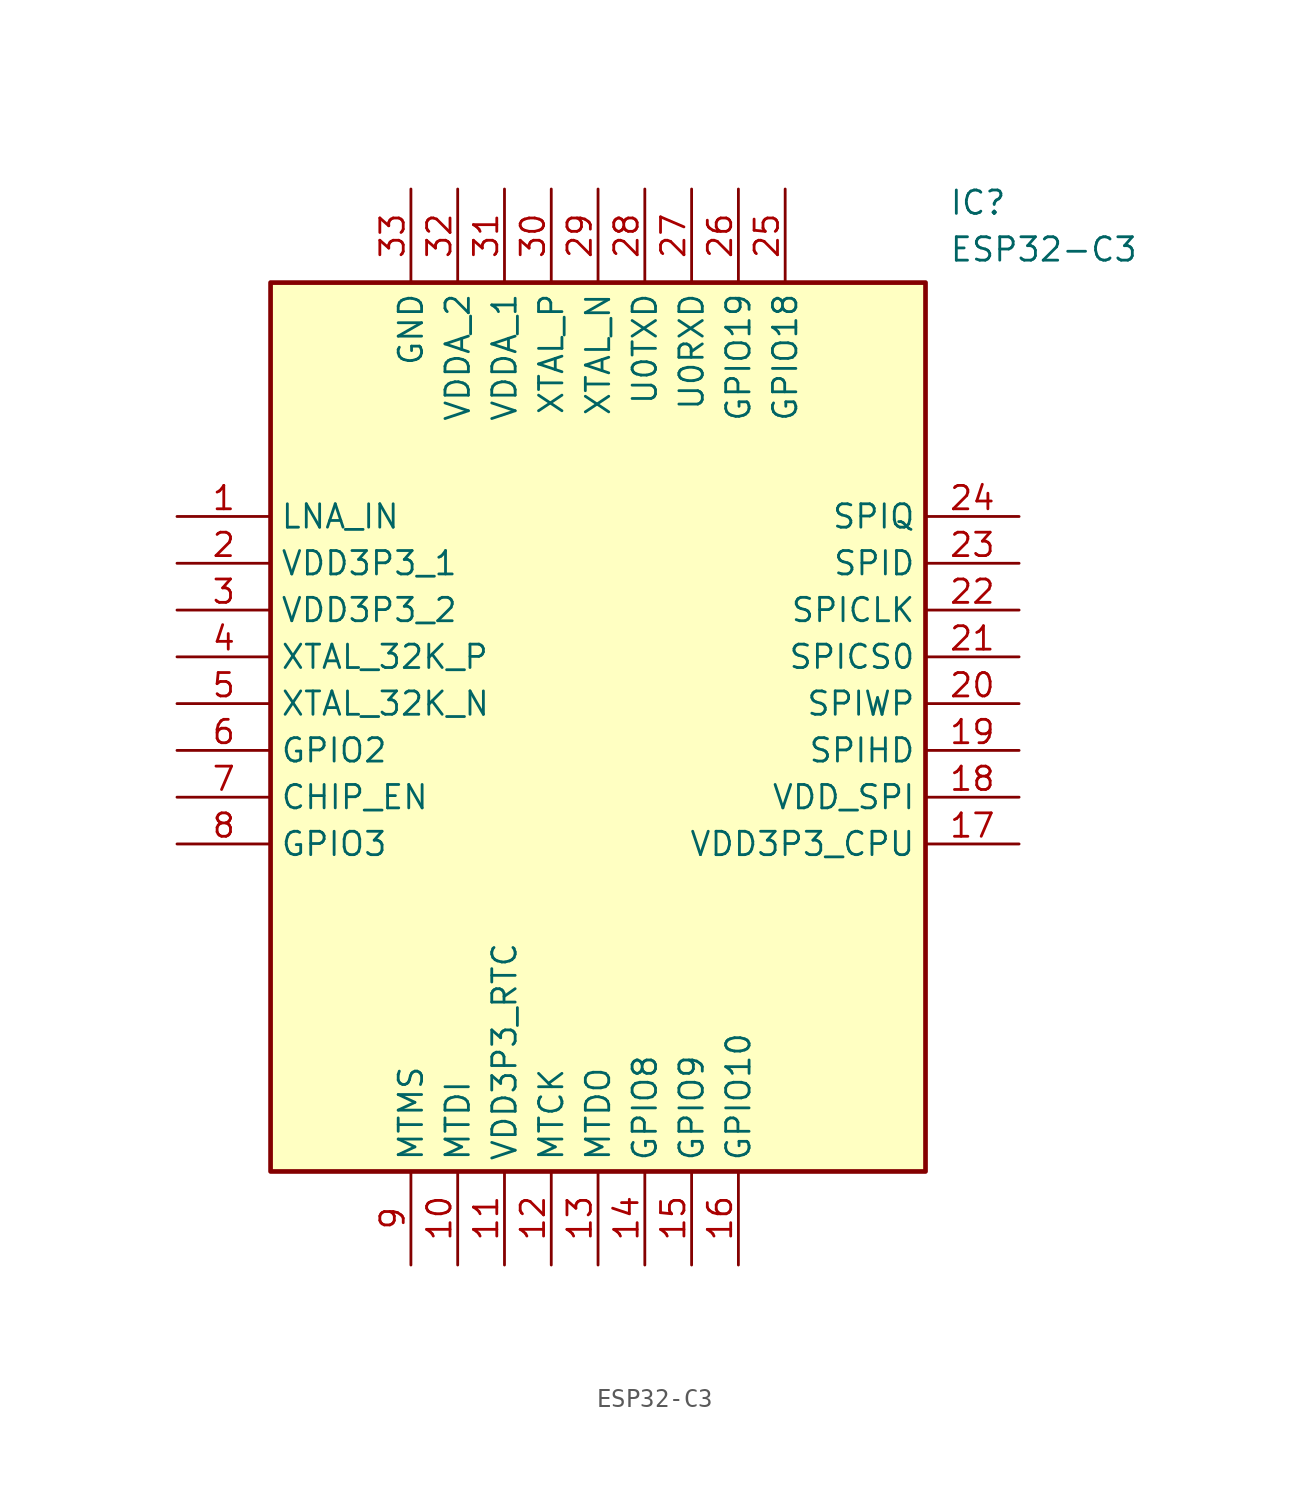
<source format=kicad_sym>
(kicad_symbol_lib
  (version 20211014)
  (generator SamacSys_ECAD_Model)
  (symbol "ESP32-C3"
    (property "Reference" "IC"
      (at 41.91 17.78 0)
      (effects (font (size 1.27 1.27)) (justify left top)))
    (property "Value" "ESP32-C3"
      (at 41.91 15.24 0)
      (effects (font (size 1.27 1.27)) (justify left top)))
    (rectangle
      (start 5.08 12.7)
      (end 40.64 -35.56)
      (stroke (width 0.254) (type default))
      (fill (type background)))
    (pin passive line
      (at 0 0 0)
      (length 5.08)
      (name "LNA_IN" (effects (font (size 1.27 1.27))))
      (number "1" (effects (font (size 1.27 1.27)))))
    (pin passive line
      (at 0 -2.54 0)
      (length 5.08)
      (name "VDD3P3_1" (effects (font (size 1.27 1.27))))
      (number "2" (effects (font (size 1.27 1.27)))))
    (pin passive line
      (at 0 -5.08 0)
      (length 5.08)
      (name "VDD3P3_2" (effects (font (size 1.27 1.27))))
      (number "3" (effects (font (size 1.27 1.27)))))
    (pin passive line
      (at 0 -7.62 0)
      (length 5.08)
      (name "XTAL_32K_P" (effects (font (size 1.27 1.27))))
      (number "4" (effects (font (size 1.27 1.27)))))
    (pin passive line
      (at 0 -10.16 0)
      (length 5.08)
      (name "XTAL_32K_N" (effects (font (size 1.27 1.27))))
      (number "5" (effects (font (size 1.27 1.27)))))
    (pin passive line
      (at 0 -12.7 0)
      (length 5.08)
      (name "GPIO2" (effects (font (size 1.27 1.27))))
      (number "6" (effects (font (size 1.27 1.27)))))
    (pin passive line
      (at 0 -15.24 0)
      (length 5.08)
      (name "CHIP_EN" (effects (font (size 1.27 1.27))))
      (number "7" (effects (font (size 1.27 1.27)))))
    (pin passive line
      (at 0 -17.78 0)
      (length 5.08)
      (name "GPIO3" (effects (font (size 1.27 1.27))))
      (number "8" (effects (font (size 1.27 1.27)))))
    (pin passive line
      (at 12.7 -40.64 90)
      (length 5.08)
      (name "MTMS" (effects (font (size 1.27 1.27))))
      (number "9" (effects (font (size 1.27 1.27)))))
    (pin passive line
      (at 15.24 -40.64 90)
      (length 5.08)
      (name "MTDI" (effects (font (size 1.27 1.27))))
      (number "10" (effects (font (size 1.27 1.27)))))
    (pin passive line
      (at 17.78 -40.64 90)
      (length 5.08)
      (name "VDD3P3_RTC" (effects (font (size 1.27 1.27))))
      (number "11" (effects (font (size 1.27 1.27)))))
    (pin passive line
      (at 20.32 -40.64 90)
      (length 5.08)
      (name "MTCK" (effects (font (size 1.27 1.27))))
      (number "12" (effects (font (size 1.27 1.27)))))
    (pin passive line
      (at 22.86 -40.64 90)
      (length 5.08)
      (name "MTDO" (effects (font (size 1.27 1.27))))
      (number "13" (effects (font (size 1.27 1.27)))))
    (pin passive line
      (at 25.4 -40.64 90)
      (length 5.08)
      (name "GPIO8" (effects (font (size 1.27 1.27))))
      (number "14" (effects (font (size 1.27 1.27)))))
    (pin passive line
      (at 27.94 -40.64 90)
      (length 5.08)
      (name "GPIO9" (effects (font (size 1.27 1.27))))
      (number "15" (effects (font (size 1.27 1.27)))))
    (pin passive line
      (at 30.48 -40.64 90)
      (length 5.08)
      (name "GPIO10" (effects (font (size 1.27 1.27))))
      (number "16" (effects (font (size 1.27 1.27)))))
    (pin passive line
      (at 45.72 0 180)
      (length 5.08)
      (name "SPIQ" (effects (font (size 1.27 1.27))))
      (number "24" (effects (font (size 1.27 1.27)))))
    (pin passive line
      (at 45.72 -2.54 180)
      (length 5.08)
      (name "SPID" (effects (font (size 1.27 1.27))))
      (number "23" (effects (font (size 1.27 1.27)))))
    (pin passive line
      (at 45.72 -5.08 180)
      (length 5.08)
      (name "SPICLK" (effects (font (size 1.27 1.27))))
      (number "22" (effects (font (size 1.27 1.27)))))
    (pin passive line
      (at 45.72 -7.62 180)
      (length 5.08)
      (name "SPICS0" (effects (font (size 1.27 1.27))))
      (number "21" (effects (font (size 1.27 1.27)))))
    (pin passive line
      (at 45.72 -10.16 180)
      (length 5.08)
      (name "SPIWP" (effects (font (size 1.27 1.27))))
      (number "20" (effects (font (size 1.27 1.27)))))
    (pin passive line
      (at 45.72 -12.7 180)
      (length 5.08)
      (name "SPIHD" (effects (font (size 1.27 1.27))))
      (number "19" (effects (font (size 1.27 1.27)))))
    (pin passive line
      (at 45.72 -15.24 180)
      (length 5.08)
      (name "VDD_SPI" (effects (font (size 1.27 1.27))))
      (number "18" (effects (font (size 1.27 1.27)))))
    (pin passive line
      (at 45.72 -17.78 180)
      (length 5.08)
      (name "VDD3P3_CPU" (effects (font (size 1.27 1.27))))
      (number "17" (effects (font (size 1.27 1.27)))))
    (pin passive line
      (at 12.7 17.78 270)
      (length 5.08)
      (name "GND" (effects (font (size 1.27 1.27))))
      (number "33" (effects (font (size 1.27 1.27)))))
    (pin passive line
      (at 15.24 17.78 270)
      (length 5.08)
      (name "VDDA_2" (effects (font (size 1.27 1.27))))
      (number "32" (effects (font (size 1.27 1.27)))))
    (pin passive line
      (at 17.78 17.78 270)
      (length 5.08)
      (name "VDDA_1" (effects (font (size 1.27 1.27))))
      (number "31" (effects (font (size 1.27 1.27)))))
    (pin passive line
      (at 20.32 17.78 270)
      (length 5.08)
      (name "XTAL_P" (effects (font (size 1.27 1.27))))
      (number "30" (effects (font (size 1.27 1.27)))))
    (pin passive line
      (at 22.86 17.78 270)
      (length 5.08)
      (name "XTAL_N" (effects (font (size 1.27 1.27))))
      (number "29" (effects (font (size 1.27 1.27)))))
    (pin passive line
      (at 25.4 17.78 270)
      (length 5.08)
      (name "U0TXD" (effects (font (size 1.27 1.27))))
      (number "28" (effects (font (size 1.27 1.27)))))
    (pin passive line
      (at 27.94 17.78 270)
      (length 5.08)
      (name "U0RXD" (effects (font (size 1.27 1.27))))
      (number "27" (effects (font (size 1.27 1.27)))))
    (pin passive line
      (at 30.48 17.78 270)
      (length 5.08)
      (name "GPIO19" (effects (font (size 1.27 1.27))))
      (number "26" (effects (font (size 1.27 1.27)))))
    (pin passive line
      (at 33.02 17.78 270)
      (length 5.08)
      (name "GPIO18" (effects (font (size 1.27 1.27))))
      (number "25" (effects (font (size 1.27 1.27)))))))
</source>
